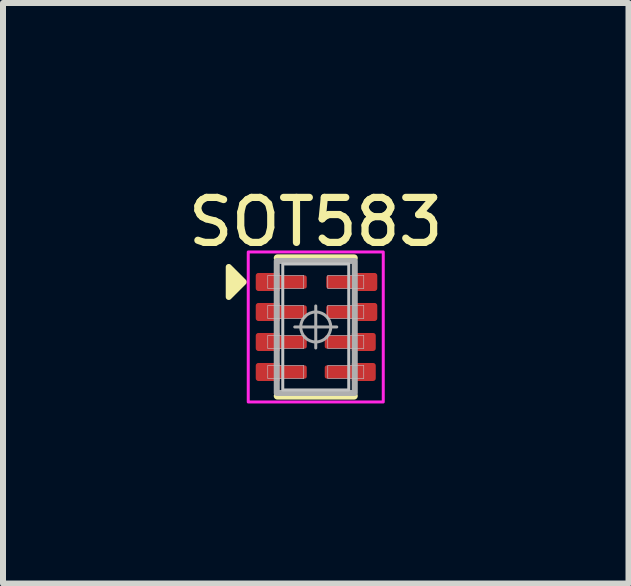
<source format=kicad_pcb>
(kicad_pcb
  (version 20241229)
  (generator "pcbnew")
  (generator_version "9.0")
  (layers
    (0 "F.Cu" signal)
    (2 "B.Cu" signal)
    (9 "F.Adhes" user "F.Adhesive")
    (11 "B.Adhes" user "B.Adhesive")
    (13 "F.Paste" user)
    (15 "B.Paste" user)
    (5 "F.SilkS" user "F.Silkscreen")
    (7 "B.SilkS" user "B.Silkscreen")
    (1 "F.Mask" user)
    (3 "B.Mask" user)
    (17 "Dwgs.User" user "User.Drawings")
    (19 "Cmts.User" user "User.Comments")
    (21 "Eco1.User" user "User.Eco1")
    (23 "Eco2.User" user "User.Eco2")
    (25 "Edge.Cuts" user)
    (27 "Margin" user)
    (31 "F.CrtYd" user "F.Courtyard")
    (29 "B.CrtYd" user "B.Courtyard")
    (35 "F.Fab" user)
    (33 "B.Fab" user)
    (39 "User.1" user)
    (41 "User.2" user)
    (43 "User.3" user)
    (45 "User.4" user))
  (footprint "SOT583"
    (layer "F.Cu")
    (at 2.212 2.399)
    (property "Reference" "SOT583" (at 0 -1.75 0) (unlocked yes) (layer "F.SilkS") (effects (font (size 0.75 0.75) (thickness 0.12))))
    (attr smd)
    (fp_line (start 0.64 -1.15) (end -0.64 -1.15) (stroke (width 0.12) (type solid)) (layer "F.SilkS"))
    (fp_line (start 0.64 1.15) (end -0.64 1.15) (stroke (width 0.12) (type solid)) (layer "F.SilkS"))
    (fp_poly (pts (xy -1.2 -0.75) (xy -1.45 -0.5) (xy -1.45 -1)) (stroke (width 0.1) (type solid)) (fill yes) (layer "F.SilkS"))
    (fp_rect (start -0.8 -0.86) (end -0.2 -0.64) (stroke (width 0.01) (type solid)) (fill no) (layer "Dwgs.User"))
    (fp_rect (start -0.8 -0.36) (end -0.2 -0.14) (stroke (width 0.01) (type solid)) (fill no) (layer "Dwgs.User"))
    (fp_rect (start -0.8 0.14) (end -0.2 0.36) (stroke (width 0.01) (type solid)) (fill no) (layer "Dwgs.User"))
    (fp_rect (start -0.8 0.64) (end -0.2 0.86) (stroke (width 0.01) (type solid)) (fill no) (layer "Dwgs.User"))
    (fp_rect (start -0.55 -1.05) (end 0.55 1.05) (stroke (width 0.05) (type solid)) (fill no) (layer "Dwgs.User"))
    (fp_rect (start 0.2 -0.86) (end 0.8 -0.64) (stroke (width 0.01) (type solid)) (fill no) (layer "Dwgs.User"))
    (fp_rect (start 0.2 -0.36) (end 0.8 -0.14) (stroke (width 0.01) (type solid)) (fill no) (layer "Dwgs.User"))
    (fp_rect (start 0.2 0.14) (end 0.8 0.36) (stroke (width 0.01) (type solid)) (fill no) (layer "Dwgs.User"))
    (fp_rect (start 0.2 0.64) (end 0.8 0.86) (stroke (width 0.01) (type solid)) (fill no) (layer "Dwgs.User"))
    (fp_rect (start -1.125 -1.25) (end 1.125 1.25) (stroke (width 0.05) (type default)) (fill no) (layer "F.CrtYd"))
    (fp_line (start 0 -0.35) (end 0 0.35) (stroke (width 0.05) (type solid)) (layer "F.Fab"))
    (fp_line (start 0.35 0) (end -0.35 0) (stroke (width 0.05) (type solid)) (layer "F.Fab"))
    (fp_rect (start -0.65 -1.1) (end 0.65 1.1) (stroke (width 0.1) (type solid)) (fill no) (layer "F.Fab"))
    (fp_circle (center 0 0) (end 0 0.25) (stroke (width 0.05) (type solid)) (fill no) (layer "F.Fab"))
    (pad "1" smd custom (at -0.575 -0.75) (size 0.22 0.22) (layers "F.Cu" "F.Mask" "F.Paste") (options (anchor circle)) (primitives (gr_poly (pts (xy -0.425 -0.077) (xy -0.422 -0.09) (xy -0.415 -0.1) (xy -0.405 -0.107) (xy -0.392 -0.11) (xy 0.392 -0.11) (xy 0.405 -0.107) (xy 0.415 -0.1) (xy 0.422 -0.09) (xy 0.425 -0.077) (xy 0.425 0.077) (xy 0.422 0.09) (xy 0.415 0.1) (xy 0.405 0.107) (xy 0.392 0.11) (xy -0.392 0.11) (xy -0.405 0.107) (xy -0.415 0.1) (xy -0.422 0.09) (xy -0.425 0.077)) (width 0) (fill yes)) (gr_circle (center -0.385 0.11) (end -0.425 0.11) (width 0) (fill yes)) (gr_circle (center -0.385 -0.11) (end -0.425 -0.11) (width 0) (fill yes)) (gr_poly (pts (xy -0.425 0.11) (xy -0.425 -0.11) (xy -0.385 -0.15) (xy -0.025 -0.15) (xy -0.025 0.15) (xy -0.385 0.15)) (width 0) (fill yes))))
    (pad "2" smd custom (at -0.575 -0.25) (size 0.22 0.22) (layers "F.Cu" "F.Mask" "F.Paste") (options (anchor circle)) (primitives (gr_poly (pts (xy -0.425 -0.077) (xy -0.422 -0.09) (xy -0.415 -0.1) (xy -0.405 -0.107) (xy -0.392 -0.11) (xy 0.392 -0.11) (xy 0.405 -0.107) (xy 0.415 -0.1) (xy 0.422 -0.09) (xy 0.425 -0.077) (xy 0.425 0.077) (xy 0.422 0.09) (xy 0.415 0.1) (xy 0.405 0.107) (xy 0.392 0.11) (xy -0.392 0.11) (xy -0.405 0.107) (xy -0.415 0.1) (xy -0.422 0.09) (xy -0.425 0.077)) (width 0) (fill yes)) (gr_circle (center -0.385 0.11) (end -0.425 0.11) (width 0) (fill yes)) (gr_circle (center -0.385 -0.11) (end -0.425 -0.11) (width 0) (fill yes)) (gr_poly (pts (xy -0.425 0.11) (xy -0.425 -0.11) (xy -0.385 -0.15) (xy -0.025 -0.15) (xy -0.025 0.15) (xy -0.385 0.15)) (width 0) (fill yes))))
    (pad "3" smd custom (at -0.575 0.25) (size 0.22 0.22) (layers "F.Cu" "F.Mask" "F.Paste") (options (anchor circle)) (primitives (gr_poly (pts (xy -0.425 -0.077) (xy -0.422 -0.09) (xy -0.415 -0.1) (xy -0.405 -0.107) (xy -0.392 -0.11) (xy 0.392 -0.11) (xy 0.405 -0.107) (xy 0.415 -0.1) (xy 0.422 -0.09) (xy 0.425 -0.077) (xy 0.425 0.077) (xy 0.422 0.09) (xy 0.415 0.1) (xy 0.405 0.107) (xy 0.392 0.11) (xy -0.392 0.11) (xy -0.405 0.107) (xy -0.415 0.1) (xy -0.422 0.09) (xy -0.425 0.077)) (width 0) (fill yes)) (gr_circle (center -0.385 0.11) (end -0.425 0.11) (width 0) (fill yes)) (gr_circle (center -0.385 -0.11) (end -0.425 -0.11) (width 0) (fill yes)) (gr_poly (pts (xy -0.425 0.11) (xy -0.425 -0.11) (xy -0.385 -0.15) (xy -0.025 -0.15) (xy -0.025 0.15) (xy -0.385 0.15)) (width 0) (fill yes))))
    (pad "4" smd custom (at -0.575 0.75) (size 0.22 0.22) (layers "F.Cu" "F.Mask" "F.Paste") (options (anchor circle)) (primitives (gr_poly (pts (xy -0.425 -0.077) (xy -0.422 -0.09) (xy -0.415 -0.1) (xy -0.405 -0.107) (xy -0.392 -0.11) (xy 0.392 -0.11) (xy 0.405 -0.107) (xy 0.415 -0.1) (xy 0.422 -0.09) (xy 0.425 -0.077) (xy 0.425 0.077) (xy 0.422 0.09) (xy 0.415 0.1) (xy 0.405 0.107) (xy 0.392 0.11) (xy -0.392 0.11) (xy -0.405 0.107) (xy -0.415 0.1) (xy -0.422 0.09) (xy -0.425 0.077)) (width 0) (fill yes)) (gr_circle (center -0.385 0.11) (end -0.425 0.11) (width 0) (fill yes)) (gr_circle (center -0.385 -0.11) (end -0.425 -0.11) (width 0) (fill yes)) (gr_poly (pts (xy -0.425 0.11) (xy -0.425 -0.11) (xy -0.385 -0.15) (xy -0.025 -0.15) (xy -0.025 0.15) (xy -0.385 0.15)) (width 0) (fill yes))))
    (pad "5" smd custom (at 0.575 0.75 180) (size 0.22 0.22) (layers "F.Cu" "F.Mask" "F.Paste") (options (anchor circle)) (primitives (gr_poly (pts (xy -0.425 -0.077) (xy -0.422 -0.09) (xy -0.415 -0.1) (xy -0.405 -0.107) (xy -0.392 -0.11) (xy 0.392 -0.11) (xy 0.405 -0.107) (xy 0.415 -0.1) (xy 0.422 -0.09) (xy 0.425 -0.077) (xy 0.425 0.077) (xy 0.422 0.09) (xy 0.415 0.1) (xy 0.405 0.107) (xy 0.392 0.11) (xy -0.392 0.11) (xy -0.405 0.107) (xy -0.415 0.1) (xy -0.422 0.09) (xy -0.425 0.077)) (width 0) (fill yes)) (gr_circle (center -0.385 0.11) (end -0.425 0.11) (width 0) (fill yes)) (gr_circle (center -0.385 -0.11) (end -0.425 -0.11) (width 0) (fill yes)) (gr_poly (pts (xy -0.425 0.11) (xy -0.425 -0.11) (xy -0.385 -0.15) (xy -0.025 -0.15) (xy -0.025 0.15) (xy -0.385 0.15)) (width 0) (fill yes))))
    (pad "6" smd custom (at 0.575 0.25 180) (size 0.22 0.22) (layers "F.Cu" "F.Mask" "F.Paste") (options (anchor circle)) (primitives (gr_poly (pts (xy -0.425 -0.077) (xy -0.422 -0.09) (xy -0.415 -0.1) (xy -0.405 -0.107) (xy -0.392 -0.11) (xy 0.392 -0.11) (xy 0.405 -0.107) (xy 0.415 -0.1) (xy 0.422 -0.09) (xy 0.425 -0.077) (xy 0.425 0.077) (xy 0.422 0.09) (xy 0.415 0.1) (xy 0.405 0.107) (xy 0.392 0.11) (xy -0.392 0.11) (xy -0.405 0.107) (xy -0.415 0.1) (xy -0.422 0.09) (xy -0.425 0.077)) (width 0) (fill yes)) (gr_circle (center -0.385 0.11) (end -0.425 0.11) (width 0) (fill yes)) (gr_circle (center -0.385 -0.11) (end -0.425 -0.11) (width 0) (fill yes)) (gr_poly (pts (xy -0.425 0.11) (xy -0.425 -0.11) (xy -0.385 -0.15) (xy -0.025 -0.15) (xy -0.025 0.15) (xy -0.385 0.15)) (width 0) (fill yes))))
    (pad "7" smd custom (at 0.6 -0.25 180) (size 0.22 0.22) (layers "F.Cu" "F.Mask" "F.Paste") (options (anchor circle)) (primitives (gr_poly (pts (xy -0.425 -0.077) (xy -0.422 -0.09) (xy -0.415 -0.1) (xy -0.405 -0.107) (xy -0.392 -0.11) (xy 0.392 -0.11) (xy 0.405 -0.107) (xy 0.415 -0.1) (xy 0.422 -0.09) (xy 0.425 -0.077) (xy 0.425 0.077) (xy 0.422 0.09) (xy 0.415 0.1) (xy 0.405 0.107) (xy 0.392 0.11) (xy -0.392 0.11) (xy -0.405 0.107) (xy -0.415 0.1) (xy -0.422 0.09) (xy -0.425 0.077)) (width 0) (fill yes)) (gr_circle (center -0.385 0.11) (end -0.425 0.11) (width 0) (fill yes)) (gr_circle (center -0.385 -0.11) (end -0.425 -0.11) (width 0) (fill yes)) (gr_poly (pts (xy -0.425 0.11) (xy -0.425 -0.11) (xy -0.385 -0.15) (xy -0.025 -0.15) (xy -0.025 0.15) (xy -0.385 0.15)) (width 0) (fill yes))))
    (pad "8" smd custom (at 0.6 -0.75 180) (size 0.22 0.22) (layers "F.Cu" "F.Mask" "F.Paste") (options (anchor circle)) (primitives (gr_poly (pts (xy -0.425 -0.077) (xy -0.422 -0.09) (xy -0.415 -0.1) (xy -0.405 -0.107) (xy -0.392 -0.11) (xy 0.392 -0.11) (xy 0.405 -0.107) (xy 0.415 -0.1) (xy 0.422 -0.09) (xy 0.425 -0.077) (xy 0.425 0.077) (xy 0.422 0.09) (xy 0.415 0.1) (xy 0.405 0.107) (xy 0.392 0.11) (xy -0.392 0.11) (xy -0.405 0.107) (xy -0.415 0.1) (xy -0.422 0.09) (xy -0.425 0.077)) (width 0) (fill yes)) (gr_circle (center -0.385 0.11) (end -0.425 0.11) (width 0) (fill yes)) (gr_circle (center -0.385 -0.11) (end -0.425 -0.11) (width 0) (fill yes)) (gr_poly (pts (xy -0.425 0.11) (xy -0.425 -0.11) (xy -0.385 -0.15) (xy -0.025 -0.15) (xy -0.025 0.15) (xy -0.385 0.15)) (width 0) (fill yes)))))
  (gr_rect
    (start -3 -3)
    (end 7.424 6.674)
    (stroke (width 0.1) (type default))
    (fill no)
    (layer "Edge.Cuts")))
</source>
